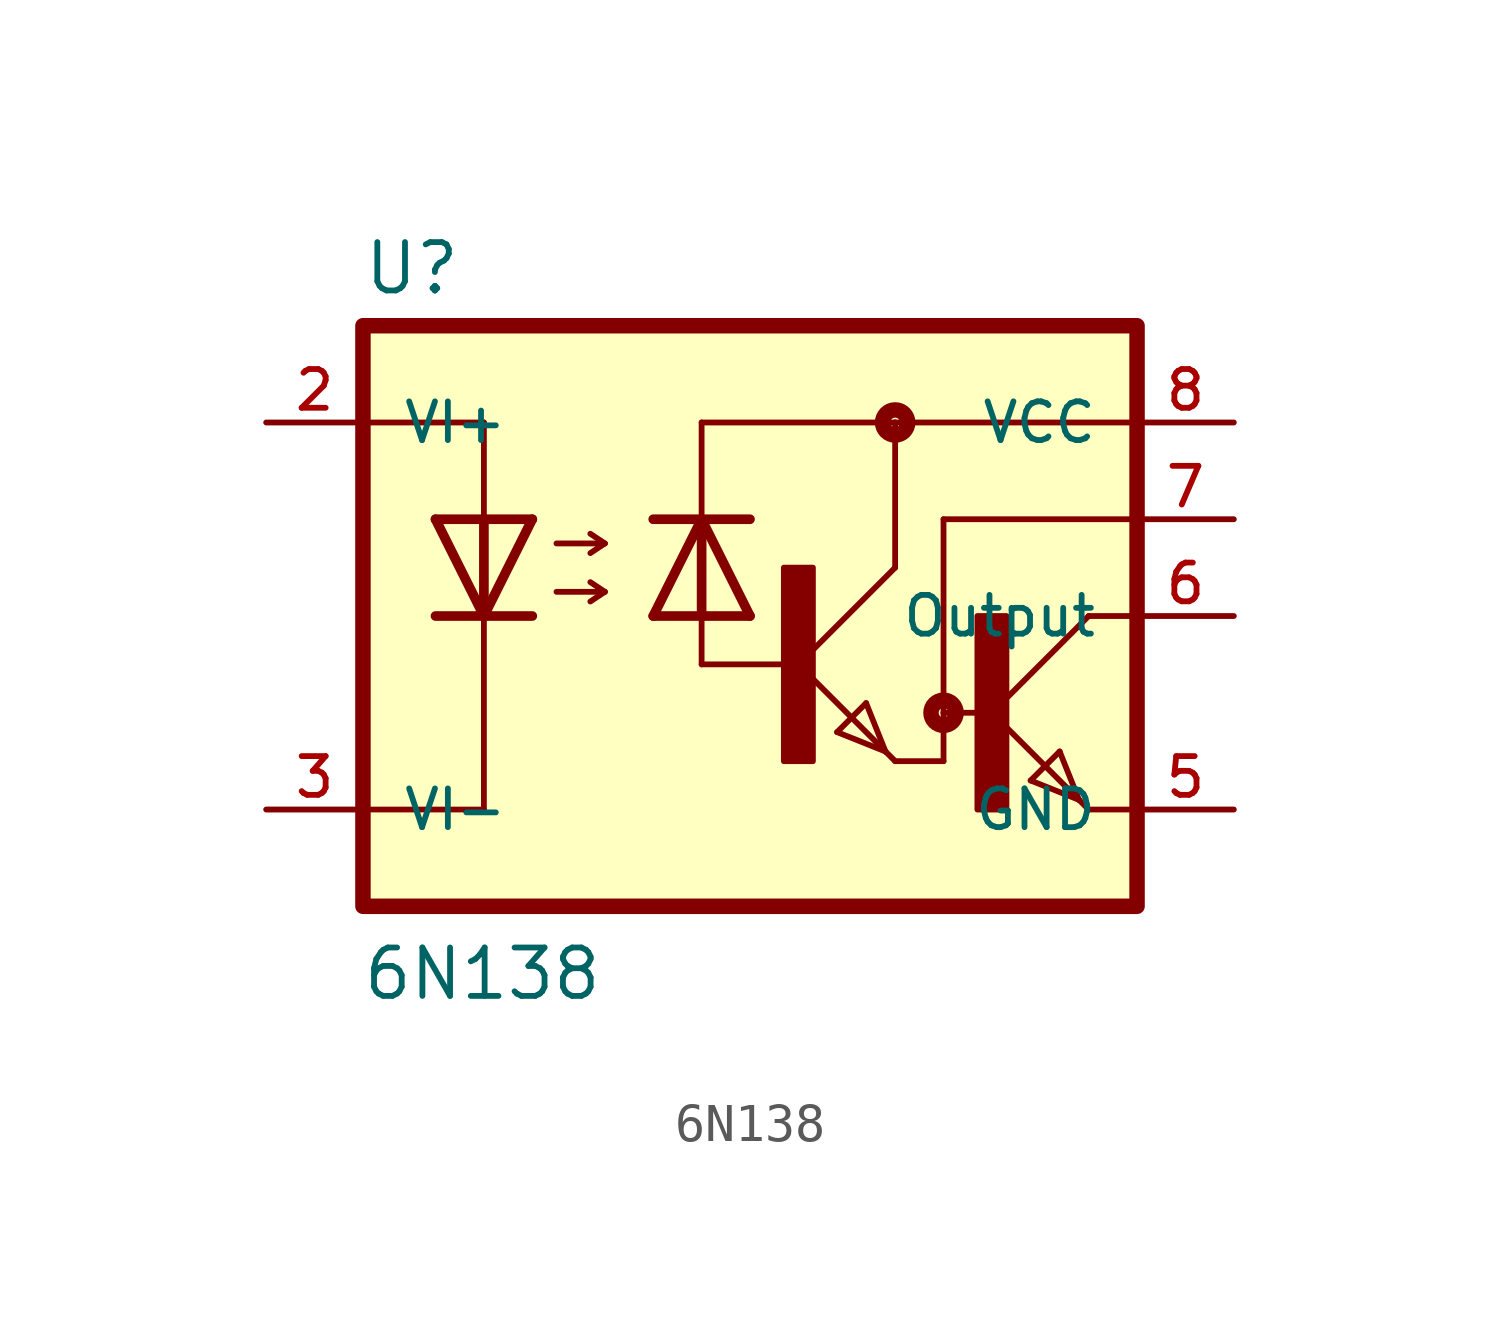
<source format=kicad_sym>
(kicad_symbol_lib
  (version 20211014)
  (generator kicad_symbol_editor)
  (symbol "6N138"
    (pin_names
      (offset 1.016))
    (property "Reference" "U"
      (at -10.185 8.382 0)
      (effects (font (size 1.27 1.27)) (justify left bottom)))
    (property "Value" "6N138"
      (at -10.211 -10.135 0)
      (effects (font (size 1.27 1.27)) (justify left bottom)))
    (symbol "6N138_0_0"
      (rectangle (start -10.16 -7.62) (end 10.16 7.62) (stroke (width 0.406) (type default) (color 0 0 0 0)) (fill (type background)))
      (polyline (pts (xy -10.16 -5.08) (xy -6.985 -5.08)) (stroke (width 0.152) (type default) (color 0 0 0 0)) (fill (type none)))
      (polyline (pts (xy -10.16 5.08) (xy -6.985 5.08)) (stroke (width 0.152) (type default) (color 0 0 0 0)) (fill (type none)))
      (polyline (pts (xy -6.985 -5.08) (xy -6.985 0)) (stroke (width 0.152) (type default) (color 0 0 0 0)) (fill (type none)))
      (polyline (pts (xy -6.985 0) (xy -8.255 0)) (stroke (width 0.254) (type default) (color 0 0 0 0)) (fill (type none)))
      (polyline (pts (xy -6.985 0) (xy -8.255 2.54)) (stroke (width 0.254) (type default) (color 0 0 0 0)) (fill (type none)))
      (polyline (pts (xy -6.985 2.54) (xy -8.255 2.54)) (stroke (width 0.254) (type default) (color 0 0 0 0)) (fill (type none)))
      (polyline (pts (xy -6.985 2.54) (xy -6.985 0)) (stroke (width 0.254) (type default) (color 0 0 0 0)) (fill (type none)))
      (polyline (pts (xy -6.985 2.54) (xy -6.985 5.08)) (stroke (width 0.152) (type default) (color 0 0 0 0)) (fill (type none)))
      (polyline (pts (xy -5.715 0) (xy -6.985 0)) (stroke (width 0.254) (type default) (color 0 0 0 0)) (fill (type none)))
      (polyline (pts (xy -5.715 2.54) (xy -6.985 0)) (stroke (width 0.254) (type default) (color 0 0 0 0)) (fill (type none)))
      (polyline (pts (xy -5.715 2.54) (xy -6.985 2.54)) (stroke (width 0.254) (type default) (color 0 0 0 0)) (fill (type none)))
      (polyline (pts (xy -5.08 0.635) (xy -3.81 0.635)) (stroke (width 0.152) (type default) (color 0 0 0 0)) (fill (type none)))
      (polyline (pts (xy -5.08 1.905) (xy -3.81 1.905)) (stroke (width 0.152) (type default) (color 0 0 0 0)) (fill (type none)))
      (polyline (pts (xy -3.81 0.635) (xy -4.191 0.381)) (stroke (width 0.152) (type default) (color 0 0 0 0)) (fill (type none)))
      (polyline (pts (xy -3.81 0.635) (xy -4.191 0.889)) (stroke (width 0.152) (type default) (color 0 0 0 0)) (fill (type none)))
      (polyline (pts (xy -3.81 1.905) (xy -4.191 1.651)) (stroke (width 0.152) (type default) (color 0 0 0 0)) (fill (type none)))
      (polyline (pts (xy -3.81 1.905) (xy -4.191 2.159)) (stroke (width 0.152) (type default) (color 0 0 0 0)) (fill (type none)))
      (polyline (pts (xy -2.54 0) (xy -1.27 0)) (stroke (width 0.254) (type default) (color 0 0 0 0)) (fill (type none)))
      (polyline (pts (xy -2.54 0) (xy -1.27 2.54)) (stroke (width 0.254) (type default) (color 0 0 0 0)) (fill (type none)))
      (polyline (pts (xy -2.54 2.54) (xy -1.27 2.54)) (stroke (width 0.254) (type default) (color 0 0 0 0)) (fill (type none)))
      (polyline (pts (xy -1.27 -1.27) (xy -1.27 0)) (stroke (width 0.152) (type default) (color 0 0 0 0)) (fill (type none)))
      (polyline (pts (xy -1.27 -1.27) (xy 1.27 -1.27)) (stroke (width 0.152) (type default) (color 0 0 0 0)) (fill (type none)))
      (polyline (pts (xy -1.27 0) (xy -1.27 2.54)) (stroke (width 0.254) (type default) (color 0 0 0 0)) (fill (type none)))
      (polyline (pts (xy -1.27 0) (xy 0 0)) (stroke (width 0.254) (type default) (color 0 0 0 0)) (fill (type none)))
      (polyline (pts (xy -1.27 2.54) (xy 0 0)) (stroke (width 0.254) (type default) (color 0 0 0 0)) (fill (type none)))
      (polyline (pts (xy -1.27 2.54) (xy 0 2.54)) (stroke (width 0.254) (type default) (color 0 0 0 0)) (fill (type none)))
      (polyline (pts (xy -1.27 5.08) (xy -1.27 2.54)) (stroke (width 0.152) (type default) (color 0 0 0 0)) (fill (type none)))
      (polyline (pts (xy 1.27 -1.27) (xy 3.556 -3.556)) (stroke (width 0.152) (type default) (color 0 0 0 0)) (fill (type none)))
      (polyline (pts (xy 2.286 -3.048) (xy 3.048 -2.286)) (stroke (width 0.152) (type default) (color 0 0 0 0)) (fill (type none)))
      (polyline (pts (xy 3.048 -2.286) (xy 3.556 -3.556)) (stroke (width 0.152) (type default) (color 0 0 0 0)) (fill (type none)))
      (polyline (pts (xy 3.556 -3.556) (xy 2.286 -3.048)) (stroke (width 0.152) (type default) (color 0 0 0 0)) (fill (type none)))
      (polyline (pts (xy 3.556 -3.556) (xy 3.81 -3.81)) (stroke (width 0.152) (type default) (color 0 0 0 0)) (fill (type none)))
      (polyline (pts (xy 3.81 -3.81) (xy 5.08 -3.81)) (stroke (width 0.152) (type default) (color 0 0 0 0)) (fill (type none)))
      (polyline (pts (xy 3.81 1.27) (xy 1.27 -1.27)) (stroke (width 0.152) (type default) (color 0 0 0 0)) (fill (type none)))
      (polyline (pts (xy 3.81 1.27) (xy 3.81 5.08)) (stroke (width 0.152) (type default) (color 0 0 0 0)) (fill (type none)))
      (polyline (pts (xy 3.81 5.08) (xy -1.27 5.08)) (stroke (width 0.152) (type default) (color 0 0 0 0)) (fill (type none)))
      (polyline (pts (xy 3.81 5.08) (xy 10.16 5.08)) (stroke (width 0.152) (type default) (color 0 0 0 0)) (fill (type none)))
      (polyline (pts (xy 5.08 -3.81) (xy 5.08 -2.54)) (stroke (width 0.152) (type default) (color 0 0 0 0)) (fill (type none)))
      (polyline (pts (xy 5.08 -2.54) (xy 5.08 2.54)) (stroke (width 0.152) (type default) (color 0 0 0 0)) (fill (type none)))
      (polyline (pts (xy 5.08 -2.54) (xy 6.35 -2.54)) (stroke (width 0.152) (type default) (color 0 0 0 0)) (fill (type none)))
      (polyline (pts (xy 5.08 2.54) (xy 10.16 2.54)) (stroke (width 0.152) (type default) (color 0 0 0 0)) (fill (type none)))
      (polyline (pts (xy 6.35 -2.54) (xy 8.636 -4.826)) (stroke (width 0.152) (type default) (color 0 0 0 0)) (fill (type none)))
      (polyline (pts (xy 7.366 -4.318) (xy 8.128 -3.556)) (stroke (width 0.152) (type default) (color 0 0 0 0)) (fill (type none)))
      (polyline (pts (xy 8.128 -3.556) (xy 8.636 -4.826)) (stroke (width 0.152) (type default) (color 0 0 0 0)) (fill (type none)))
      (polyline (pts (xy 8.636 -4.826) (xy 7.366 -4.318)) (stroke (width 0.152) (type default) (color 0 0 0 0)) (fill (type none)))
      (polyline (pts (xy 8.636 -4.826) (xy 8.89 -5.08)) (stroke (width 0.152) (type default) (color 0 0 0 0)) (fill (type none)))
      (polyline (pts (xy 8.89 -5.08) (xy 10.16 -5.08)) (stroke (width 0.152) (type default) (color 0 0 0 0)) (fill (type none)))
      (polyline (pts (xy 8.89 0) (xy 6.35 -2.54)) (stroke (width 0.152) (type default) (color 0 0 0 0)) (fill (type none)))
      (polyline (pts (xy 8.89 0) (xy 10.16 0)) (stroke (width 0.152) (type default) (color 0 0 0 0)) (fill (type none)))
      (rectangle (start 0.889 -3.81) (end 1.651 1.27) (stroke (width 0) (type default) (color 0 0 0 0)) (fill (type outline)))
      (circle (center 3.81 5.08) (radius 0.127) (stroke (width 0.406) (type default) (color 0 0 0 0)) (fill (type none)))
      (circle (center 5.08 -2.54) (radius 0.127) (stroke (width 0.406) (type default) (color 0 0 0 0)) (fill (type none)))
      (rectangle (start 5.969 -5.08) (end 6.731 0) (stroke (width 0) (type default) (color 0 0 0 0)) (fill (type outline)))
      (pin input line (at -12.7 5.08 0) (length 2.54) (name "VI+" (effects (font (size 1.016 1.016)))) (number "2" (effects (font (size 1.016 1.016)))))
      (pin passive line (at -12.7 -5.08 0) (length 2.54) (name "VI-" (effects (font (size 1.016 1.016)))) (number "3" (effects (font (size 1.016 1.016)))))
      (pin power_in line (at 12.7 -5.08 180) (length 2.54) (name "GND" (effects (font (size 1.016 1.016)))) (number "5" (effects (font (size 1.016 1.016)))))
      (pin output line (at 12.7 0 180) (length 2.54) (name "Output" (effects (font (size 1.016 1.016)))) (number "6" (effects (font (size 1.016 1.016)))))
      (pin passive line (at 12.7 2.54 180) (length 2.54) (name "~" (effects (font (size 1.016 1.016)))) (number "7" (effects (font (size 1.016 1.016)))))
      (pin power_in line (at 12.7 5.08 180) (length 2.54) (name "VCC" (effects (font (size 1.016 1.016)))) (number "8" (effects (font (size 1.016 1.016))))))))
</source>
